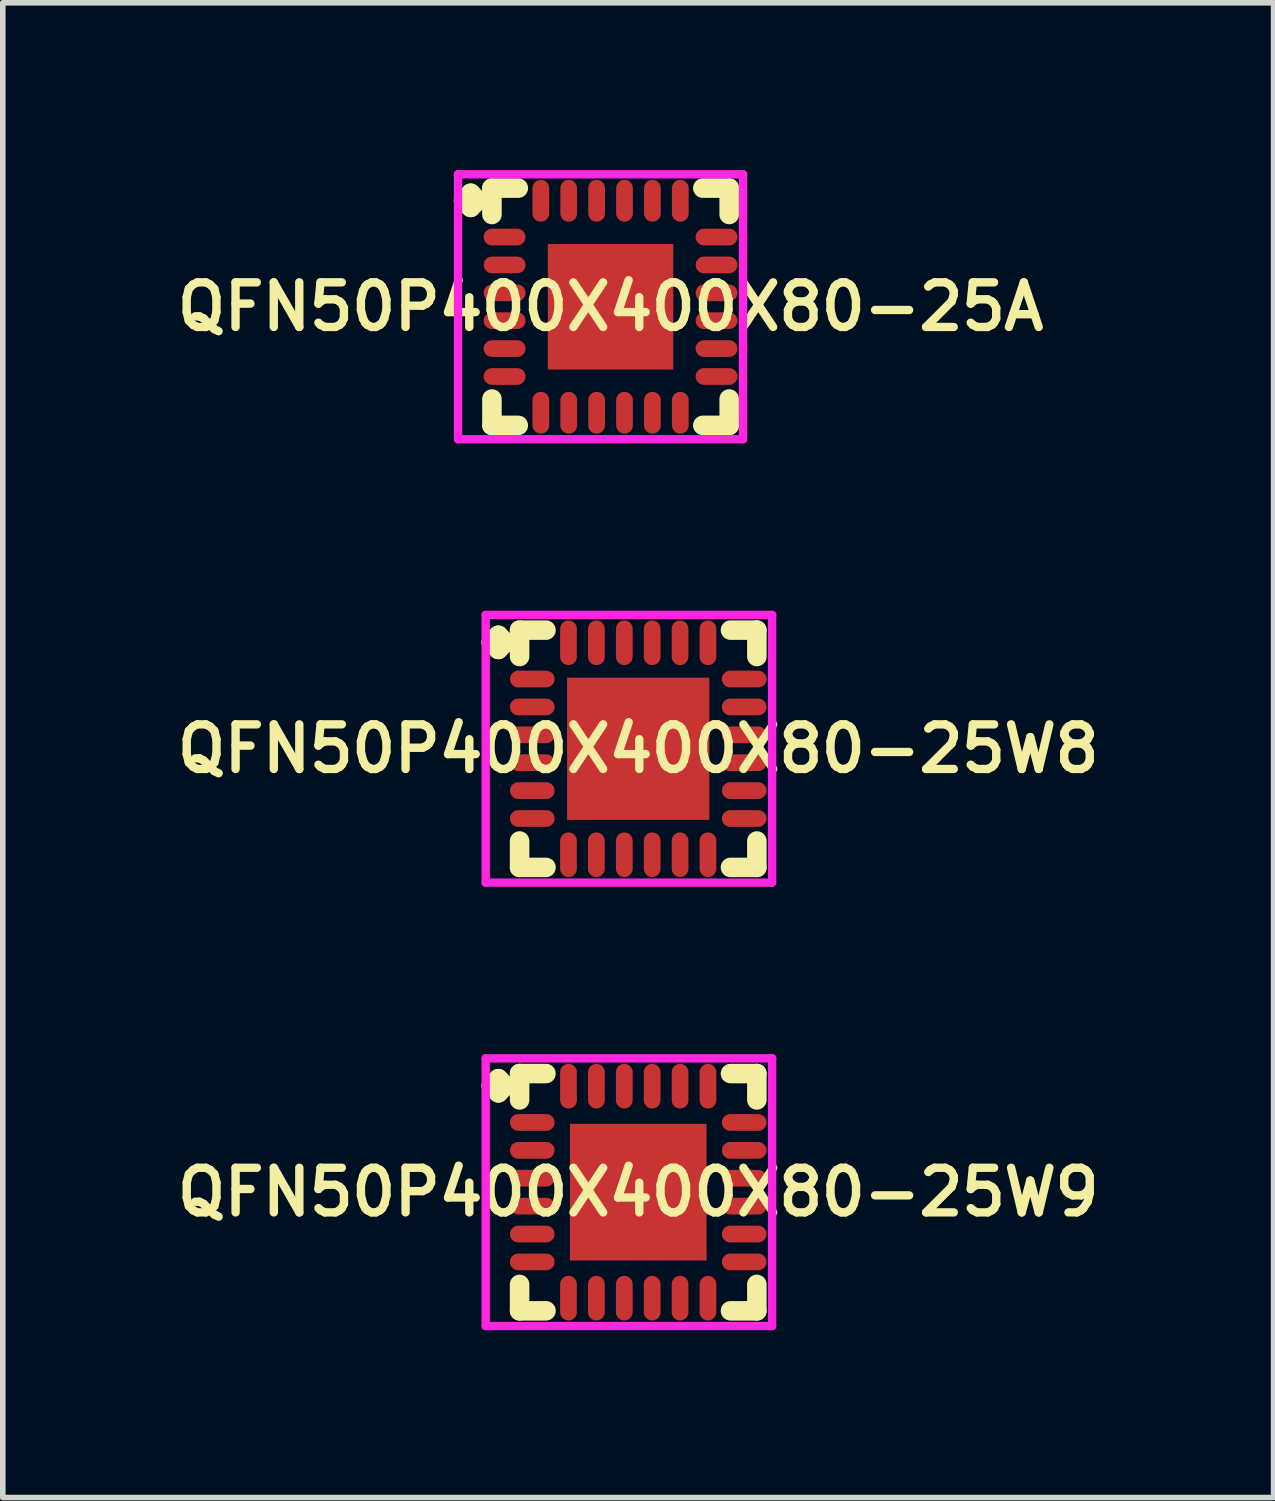
<source format=kicad_pcb>
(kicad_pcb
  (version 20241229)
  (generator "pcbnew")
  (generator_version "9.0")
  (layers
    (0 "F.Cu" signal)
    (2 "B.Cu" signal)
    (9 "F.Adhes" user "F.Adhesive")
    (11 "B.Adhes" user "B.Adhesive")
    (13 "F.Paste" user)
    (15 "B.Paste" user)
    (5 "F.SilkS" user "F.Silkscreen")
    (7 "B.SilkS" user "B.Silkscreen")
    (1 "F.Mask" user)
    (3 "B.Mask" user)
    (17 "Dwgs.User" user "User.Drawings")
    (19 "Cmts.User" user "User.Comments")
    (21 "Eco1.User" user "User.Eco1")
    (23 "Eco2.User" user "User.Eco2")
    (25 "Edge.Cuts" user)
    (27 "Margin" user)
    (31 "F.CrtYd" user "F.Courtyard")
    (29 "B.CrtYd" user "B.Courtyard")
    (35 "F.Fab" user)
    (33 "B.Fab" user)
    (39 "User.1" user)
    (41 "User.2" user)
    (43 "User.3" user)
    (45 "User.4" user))
  (footprint "QFN50P400X400X80-25W8"
    (layer "F.Cu")
    (at 8.393 10.375)
    (property "Reference" "QFN50P400X400X80-25W8" (at 0 0 0) (layer "F.SilkS") (effects (font (size 0.8 0.8) (thickness 0.15))))
    (attr through_hole)
    (fp_line (start -2.635 -1.908) (end -2.508 -2.035) (stroke (width 0.35) (type solid)) (layer "F.SilkS"))
    (fp_line (start -2.508 -2.035) (end -2.381 -1.908) (stroke (width 0.35) (type solid)) (layer "F.SilkS"))
    (fp_line (start -2.508 -1.781) (end -2.635 -1.908) (stroke (width 0.35) (type solid)) (layer "F.SilkS"))
    (fp_line (start -2.381 -1.908) (end -2.508 -1.781) (stroke (width 0.35) (type solid)) (layer "F.SilkS"))
    (fp_line (start -2.127 -2.127) (end -1.654 -2.127) (stroke (width 0.35) (type solid)) (layer "F.SilkS"))
    (fp_line (start -2.127 -1.654) (end -2.127 -2.127) (stroke (width 0.35) (type solid)) (layer "F.SilkS"))
    (fp_line (start -2.127 1.654) (end -2.127 2.127) (stroke (width 0.35) (type solid)) (layer "F.SilkS"))
    (fp_line (start -2.127 2.127) (end -1.654 2.127) (stroke (width 0.35) (type solid)) (layer "F.SilkS"))
    (fp_line (start 1.654 -2.127) (end 2.127 -2.127) (stroke (width 0.35) (type solid)) (layer "F.SilkS"))
    (fp_line (start 1.654 2.127) (end 2.127 2.127) (stroke (width 0.35) (type solid)) (layer "F.SilkS"))
    (fp_line (start 2.127 -2.127) (end 2.127 -1.654) (stroke (width 0.35) (type solid)) (layer "F.SilkS"))
    (fp_line (start 2.127 2.127) (end 2.127 1.654) (stroke (width 0.35) (type solid)) (layer "F.SilkS"))
    (fp_line (start -2.735 -2.4) (end 2.4 -2.4) (stroke (width 0.15) (type solid)) (layer "F.CrtYd"))
    (fp_line (start -2.735 2.4) (end -2.735 -2.4) (stroke (width 0.15) (type solid)) (layer "F.CrtYd"))
    (fp_line (start 2.4 -2.4) (end 2.4 2.4) (stroke (width 0.15) (type solid)) (layer "F.CrtYd"))
    (fp_line (start 2.4 2.4) (end -2.735 2.4) (stroke (width 0.15) (type solid)) (layer "F.CrtYd"))
    (pad "1" smd oval (at -1.9 -1.25) (size 0.8 0.3) (layers "F.Cu" "F.Mask" "F.Paste"))
    (pad "2" smd oval (at -1.9 -0.75) (size 0.8 0.3) (layers "F.Cu" "F.Mask" "F.Paste"))
    (pad "3" smd oval (at -1.9 -0.25) (size 0.8 0.3) (layers "F.Cu" "F.Mask" "F.Paste"))
    (pad "4" smd oval (at -1.9 0.25) (size 0.8 0.3) (layers "F.Cu" "F.Mask" "F.Paste"))
    (pad "5" smd oval (at -1.9 0.75) (size 0.8 0.3) (layers "F.Cu" "F.Mask" "F.Paste"))
    (pad "6" smd oval (at -1.9 1.25) (size 0.8 0.3) (layers "F.Cu" "F.Mask" "F.Paste"))
    (pad "7" smd oval (at -1.25 1.9) (size 0.3 0.8) (layers "F.Cu" "F.Mask" "F.Paste"))
    (pad "8" smd oval (at -0.75 1.9) (size 0.3 0.8) (layers "F.Cu" "F.Mask" "F.Paste"))
    (pad "9" smd oval (at -0.25 1.9) (size 0.3 0.8) (layers "F.Cu" "F.Mask" "F.Paste"))
    (pad "10" smd oval (at 0.25 1.9) (size 0.3 0.8) (layers "F.Cu" "F.Mask" "F.Paste"))
    (pad "11" smd oval (at 0.75 1.9) (size 0.3 0.8) (layers "F.Cu" "F.Mask" "F.Paste"))
    (pad "12" smd oval (at 1.25 1.9) (size 0.3 0.8) (layers "F.Cu" "F.Mask" "F.Paste"))
    (pad "13" smd oval (at 1.9 1.25) (size 0.8 0.3) (layers "F.Cu" "F.Mask" "F.Paste"))
    (pad "14" smd oval (at 1.9 0.75) (size 0.8 0.3) (layers "F.Cu" "F.Mask" "F.Paste"))
    (pad "15" smd oval (at 1.9 0.25) (size 0.8 0.3) (layers "F.Cu" "F.Mask" "F.Paste"))
    (pad "16" smd oval (at 1.9 -0.25) (size 0.8 0.3) (layers "F.Cu" "F.Mask" "F.Paste"))
    (pad "17" smd oval (at 1.9 -0.75) (size 0.8 0.3) (layers "F.Cu" "F.Mask" "F.Paste"))
    (pad "18" smd oval (at 1.9 -1.25) (size 0.8 0.3) (layers "F.Cu" "F.Mask" "F.Paste"))
    (pad "19" smd oval (at 1.25 -1.9) (size 0.3 0.8) (layers "F.Cu" "F.Mask" "F.Paste"))
    (pad "20" smd oval (at 0.75 -1.9) (size 0.3 0.8) (layers "F.Cu" "F.Mask" "F.Paste"))
    (pad "21" smd oval (at 0.25 -1.9) (size 0.3 0.8) (layers "F.Cu" "F.Mask" "F.Paste"))
    (pad "22" smd oval (at -0.25 -1.9) (size 0.3 0.8) (layers "F.Cu" "F.Mask" "F.Paste"))
    (pad "23" smd oval (at -0.75 -1.9) (size 0.3 0.8) (layers "F.Cu" "F.Mask" "F.Paste"))
    (pad "24" smd oval (at -1.25 -1.9) (size 0.3 0.8) (layers "F.Cu" "F.Mask" "F.Paste"))
    (pad "25" smd rect (at 0 0) (size 2.55 2.55) (layers "F.Cu" "F.Mask" "F.Paste")))
  (footprint "QFN50P400X400X80-25W9"
    (layer "F.Cu")
    (at 8.393 18.325)
    (property "Reference" "QFN50P400X400X80-25W9" (at 0 0 0) (layer "F.SilkS") (effects (font (size 0.8 0.8) (thickness 0.15))))
    (attr smd)
    (fp_line (start -2.635 -1.908) (end -2.508 -2.035) (stroke (width 0.35) (type solid)) (layer "F.SilkS"))
    (fp_line (start -2.508 -2.035) (end -2.381 -1.908) (stroke (width 0.35) (type solid)) (layer "F.SilkS"))
    (fp_line (start -2.508 -1.781) (end -2.635 -1.908) (stroke (width 0.35) (type solid)) (layer "F.SilkS"))
    (fp_line (start -2.381 -1.908) (end -2.508 -1.781) (stroke (width 0.35) (type solid)) (layer "F.SilkS"))
    (fp_line (start -2.127 -2.127) (end -1.654 -2.127) (stroke (width 0.35) (type solid)) (layer "F.SilkS"))
    (fp_line (start -2.127 -1.654) (end -2.127 -2.127) (stroke (width 0.35) (type solid)) (layer "F.SilkS"))
    (fp_line (start -2.127 1.654) (end -2.127 2.127) (stroke (width 0.35) (type solid)) (layer "F.SilkS"))
    (fp_line (start -2.127 2.127) (end -1.654 2.127) (stroke (width 0.35) (type solid)) (layer "F.SilkS"))
    (fp_line (start 1.654 -2.127) (end 2.127 -2.127) (stroke (width 0.35) (type solid)) (layer "F.SilkS"))
    (fp_line (start 1.654 2.127) (end 2.127 2.127) (stroke (width 0.35) (type solid)) (layer "F.SilkS"))
    (fp_line (start 2.127 -2.127) (end 2.127 -1.654) (stroke (width 0.35) (type solid)) (layer "F.SilkS"))
    (fp_line (start 2.127 2.127) (end 2.127 1.654) (stroke (width 0.35) (type solid)) (layer "F.SilkS"))
    (fp_line (start -2.735 -2.4) (end 2.4 -2.4) (stroke (width 0.15) (type solid)) (layer "F.CrtYd"))
    (fp_line (start -2.735 2.4) (end -2.735 -2.4) (stroke (width 0.15) (type solid)) (layer "F.CrtYd"))
    (fp_line (start 2.4 -2.4) (end 2.4 2.4) (stroke (width 0.15) (type solid)) (layer "F.CrtYd"))
    (fp_line (start 2.4 2.4) (end -2.735 2.4) (stroke (width 0.15) (type solid)) (layer "F.CrtYd"))
    (pad "1" smd oval (at -1.9 -1.25) (size 0.8 0.3) (layers "F.Cu" "F.Mask" "F.Paste"))
    (pad "2" smd oval (at -1.9 -0.75) (size 0.8 0.3) (layers "F.Cu" "F.Mask" "F.Paste"))
    (pad "3" smd oval (at -1.9 -0.25) (size 0.8 0.3) (layers "F.Cu" "F.Mask" "F.Paste"))
    (pad "4" smd oval (at -1.9 0.25) (size 0.8 0.3) (layers "F.Cu" "F.Mask" "F.Paste"))
    (pad "5" smd oval (at -1.9 0.75) (size 0.8 0.3) (layers "F.Cu" "F.Mask" "F.Paste"))
    (pad "6" smd oval (at -1.9 1.25) (size 0.8 0.3) (layers "F.Cu" "F.Mask" "F.Paste"))
    (pad "7" smd oval (at -1.25 1.9) (size 0.3 0.8) (layers "F.Cu" "F.Mask" "F.Paste"))
    (pad "8" smd oval (at -0.75 1.9) (size 0.3 0.8) (layers "F.Cu" "F.Mask" "F.Paste"))
    (pad "9" smd oval (at -0.25 1.9) (size 0.3 0.8) (layers "F.Cu" "F.Mask" "F.Paste"))
    (pad "10" smd oval (at 0.25 1.9) (size 0.3 0.8) (layers "F.Cu" "F.Mask" "F.Paste"))
    (pad "11" smd oval (at 0.75 1.9) (size 0.3 0.8) (layers "F.Cu" "F.Mask" "F.Paste"))
    (pad "12" smd oval (at 1.25 1.9) (size 0.3 0.8) (layers "F.Cu" "F.Mask" "F.Paste"))
    (pad "13" smd oval (at 1.9 1.25) (size 0.8 0.3) (layers "F.Cu" "F.Mask" "F.Paste"))
    (pad "14" smd oval (at 1.9 0.75) (size 0.8 0.3) (layers "F.Cu" "F.Mask" "F.Paste"))
    (pad "15" smd oval (at 1.9 0.25) (size 0.8 0.3) (layers "F.Cu" "F.Mask" "F.Paste"))
    (pad "16" smd oval (at 1.9 -0.25) (size 0.8 0.3) (layers "F.Cu" "F.Mask" "F.Paste"))
    (pad "17" smd oval (at 1.9 -0.75) (size 0.8 0.3) (layers "F.Cu" "F.Mask" "F.Paste"))
    (pad "18" smd oval (at 1.9 -1.25) (size 0.8 0.3) (layers "F.Cu" "F.Mask" "F.Paste"))
    (pad "19" smd oval (at 1.25 -1.9) (size 0.3 0.8) (layers "F.Cu" "F.Mask" "F.Paste"))
    (pad "20" smd oval (at 0.75 -1.9) (size 0.3 0.8) (layers "F.Cu" "F.Mask" "F.Paste"))
    (pad "21" smd oval (at 0.25 -1.9) (size 0.3 0.8) (layers "F.Cu" "F.Mask" "F.Paste"))
    (pad "22" smd oval (at -0.25 -1.9) (size 0.3 0.8) (layers "F.Cu" "F.Mask" "F.Paste"))
    (pad "23" smd oval (at -0.75 -1.9) (size 0.3 0.8) (layers "F.Cu" "F.Mask" "F.Paste"))
    (pad "24" smd oval (at -1.25 -1.9) (size 0.3 0.8) (layers "F.Cu" "F.Mask" "F.Paste"))
    (pad "25" smd rect (at 0 0) (size 2.45 2.45) (layers "F.Cu" "F.Mask" "F.Paste")))
  (footprint "QFN50P400X400X80-25A"
    (layer "F.Cu")
    (at 7.897 2.45)
    (property "Reference" "QFN50P400X400X80-25A" (at 0 0 0) (layer "F.SilkS") (effects (font (size 0.8 0.8) (thickness 0.15))))
    (attr smd)
    (fp_line (start -2.635 -1.908) (end -2.508 -2.035) (stroke (width 0.35) (type solid)) (layer "F.SilkS"))
    (fp_line (start -2.508 -2.035) (end -2.381 -1.908) (stroke (width 0.35) (type solid)) (layer "F.SilkS"))
    (fp_line (start -2.508 -1.781) (end -2.635 -1.908) (stroke (width 0.35) (type solid)) (layer "F.SilkS"))
    (fp_line (start -2.381 -1.908) (end -2.508 -1.781) (stroke (width 0.35) (type solid)) (layer "F.SilkS"))
    (fp_line (start -2.127 -2.127) (end -1.654 -2.127) (stroke (width 0.35) (type solid)) (layer "F.SilkS"))
    (fp_line (start -2.127 -1.654) (end -2.127 -2.127) (stroke (width 0.35) (type solid)) (layer "F.SilkS"))
    (fp_line (start -2.127 1.654) (end -2.127 2.127) (stroke (width 0.35) (type solid)) (layer "F.SilkS"))
    (fp_line (start -2.127 2.127) (end -1.654 2.127) (stroke (width 0.35) (type solid)) (layer "F.SilkS"))
    (fp_line (start 1.654 -2.127) (end 2.127 -2.127) (stroke (width 0.35) (type solid)) (layer "F.SilkS"))
    (fp_line (start 1.654 2.127) (end 2.127 2.127) (stroke (width 0.35) (type solid)) (layer "F.SilkS"))
    (fp_line (start 2.127 -2.127) (end 2.127 -1.654) (stroke (width 0.35) (type solid)) (layer "F.SilkS"))
    (fp_line (start 2.127 2.127) (end 2.127 1.654) (stroke (width 0.35) (type solid)) (layer "F.SilkS"))
    (fp_line (start -2.735 -2.375) (end 2.375 -2.375) (stroke (width 0.15) (type solid)) (layer "F.CrtYd"))
    (fp_line (start -2.735 2.375) (end -2.735 -2.375) (stroke (width 0.15) (type solid)) (layer "F.CrtYd"))
    (fp_line (start 2.375 -2.375) (end 2.375 2.375) (stroke (width 0.15) (type solid)) (layer "F.CrtYd"))
    (fp_line (start 2.375 2.375) (end -2.735 2.375) (stroke (width 0.15) (type solid)) (layer "F.CrtYd"))
    (pad "1" smd oval (at -1.9 -1.25) (size 0.75 0.3) (layers "F.Cu" "F.Mask" "F.Paste"))
    (pad "2" smd oval (at -1.9 -0.75) (size 0.75 0.3) (layers "F.Cu" "F.Mask" "F.Paste"))
    (pad "3" smd oval (at -1.9 -0.25) (size 0.75 0.3) (layers "F.Cu" "F.Mask" "F.Paste"))
    (pad "4" smd oval (at -1.9 0.25) (size 0.75 0.3) (layers "F.Cu" "F.Mask" "F.Paste"))
    (pad "5" smd oval (at -1.9 0.75) (size 0.75 0.3) (layers "F.Cu" "F.Mask" "F.Paste"))
    (pad "6" smd oval (at -1.9 1.25) (size 0.75 0.3) (layers "F.Cu" "F.Mask" "F.Paste"))
    (pad "7" smd oval (at -1.25 1.9) (size 0.3 0.75) (layers "F.Cu" "F.Mask" "F.Paste"))
    (pad "8" smd oval (at -0.75 1.9) (size 0.3 0.75) (layers "F.Cu" "F.Mask" "F.Paste"))
    (pad "9" smd oval (at -0.25 1.9) (size 0.3 0.75) (layers "F.Cu" "F.Mask" "F.Paste"))
    (pad "10" smd oval (at 0.25 1.9) (size 0.3 0.75) (layers "F.Cu" "F.Mask" "F.Paste"))
    (pad "11" smd oval (at 0.75 1.9) (size 0.3 0.75) (layers "F.Cu" "F.Mask" "F.Paste"))
    (pad "12" smd oval (at 1.25 1.9) (size 0.3 0.75) (layers "F.Cu" "F.Mask" "F.Paste"))
    (pad "13" smd oval (at 1.9 1.25) (size 0.75 0.3) (layers "F.Cu" "F.Mask" "F.Paste"))
    (pad "14" smd oval (at 1.9 0.75) (size 0.75 0.3) (layers "F.Cu" "F.Mask" "F.Paste"))
    (pad "15" smd oval (at 1.9 0.25) (size 0.75 0.3) (layers "F.Cu" "F.Mask" "F.Paste"))
    (pad "16" smd oval (at 1.9 -0.25) (size 0.75 0.3) (layers "F.Cu" "F.Mask" "F.Paste"))
    (pad "17" smd oval (at 1.9 -0.75) (size 0.75 0.3) (layers "F.Cu" "F.Mask" "F.Paste"))
    (pad "18" smd oval (at 1.9 -1.25) (size 0.75 0.3) (layers "F.Cu" "F.Mask" "F.Paste"))
    (pad "19" smd oval (at 1.25 -1.9) (size 0.3 0.75) (layers "F.Cu" "F.Mask" "F.Paste"))
    (pad "20" smd oval (at 0.75 -1.9) (size 0.3 0.75) (layers "F.Cu" "F.Mask" "F.Paste"))
    (pad "21" smd oval (at 0.25 -1.9) (size 0.3 0.75) (layers "F.Cu" "F.Mask" "F.Paste"))
    (pad "22" smd oval (at -0.25 -1.9) (size 0.3 0.75) (layers "F.Cu" "F.Mask" "F.Paste"))
    (pad "23" smd oval (at -0.75 -1.9) (size 0.3 0.75) (layers "F.Cu" "F.Mask" "F.Paste"))
    (pad "24" smd oval (at -1.25 -1.9) (size 0.3 0.75) (layers "F.Cu" "F.Mask" "F.Paste"))
    (pad "25" smd rect (at 0 0) (size 2.25 2.25) (layers "F.Cu" "F.Mask" "F.Paste")))
  (gr_rect
    (start -3 -3)
    (end 19.785 23.8)
    (stroke (width 0.1) (type default))
    (fill no)
    (layer "Edge.Cuts")))
</source>
